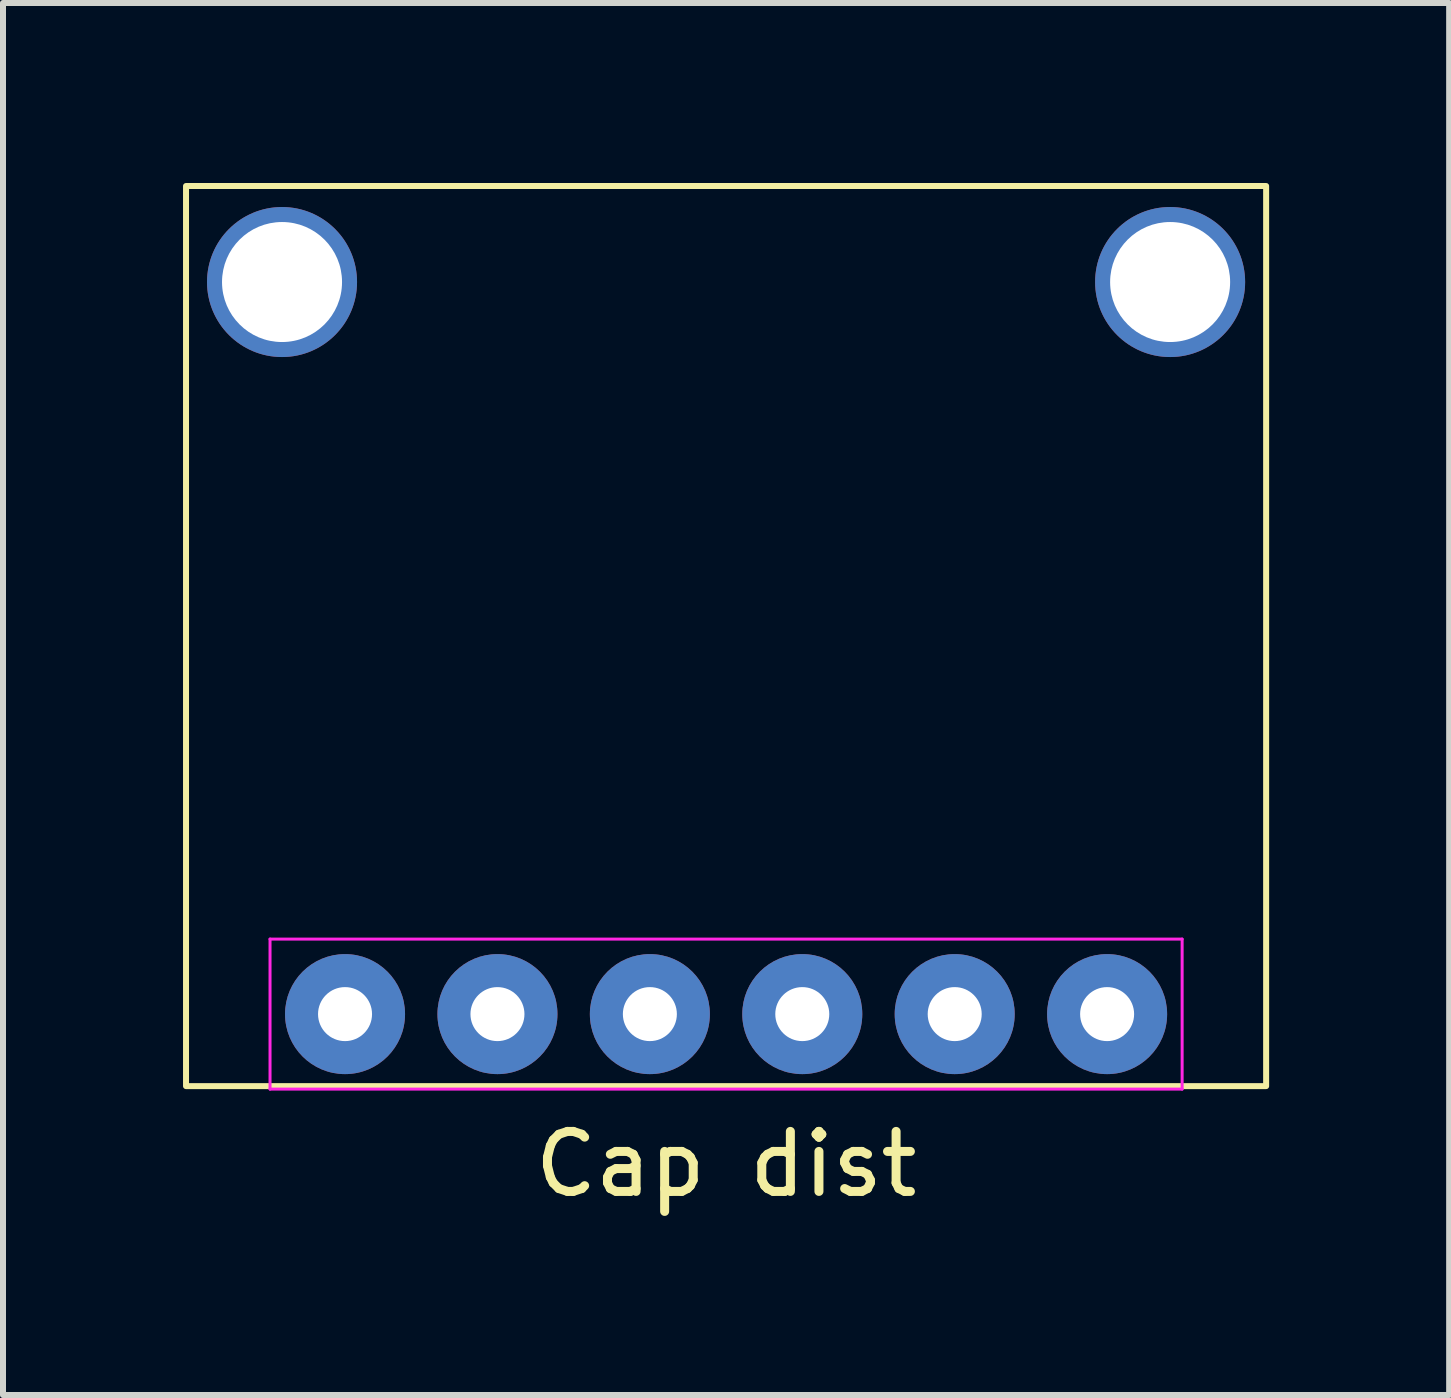
<source format=kicad_pcb>
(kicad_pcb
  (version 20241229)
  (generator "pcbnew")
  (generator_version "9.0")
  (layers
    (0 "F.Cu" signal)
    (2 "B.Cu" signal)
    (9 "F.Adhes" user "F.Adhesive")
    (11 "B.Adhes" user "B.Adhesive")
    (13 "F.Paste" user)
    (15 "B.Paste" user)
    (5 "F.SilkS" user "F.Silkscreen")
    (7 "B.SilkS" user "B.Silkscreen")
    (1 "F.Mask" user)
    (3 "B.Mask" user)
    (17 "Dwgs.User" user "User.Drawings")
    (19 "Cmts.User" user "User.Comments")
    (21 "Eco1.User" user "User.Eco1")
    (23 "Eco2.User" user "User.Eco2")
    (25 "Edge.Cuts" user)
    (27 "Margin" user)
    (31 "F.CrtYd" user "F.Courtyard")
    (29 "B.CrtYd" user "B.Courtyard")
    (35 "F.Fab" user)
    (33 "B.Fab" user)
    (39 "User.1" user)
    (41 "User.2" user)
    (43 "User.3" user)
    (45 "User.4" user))
  (footprint "Cap dist"
    (layer "F.Cu")
    (at 9.05 13.85)
    (property "Reference" "Cap dist" (at 0 2.5 0) (layer "F.SilkS") (effects (font (size 1 1) (thickness 0.15))))
    (attr through_hole)
    (fp_rect (start -9 1.2) (end 9 -13.8) (stroke (width 0.1) (type default)) (fill no) (layer "F.SilkS"))
    (fp_line (start -7.6 -1.25) (end 7.6 -1.25) (stroke (width 0.05) (type default)) (layer "F.CrtYd"))
    (fp_line (start -7.6 1.25) (end -7.6 -1.25) (stroke (width 0.05) (type default)) (layer "F.CrtYd"))
    (fp_line (start 7.6 -1.25) (end 7.6 1.25) (stroke (width 0.05) (type default)) (layer "F.CrtYd"))
    (fp_line (start 7.6 1.25) (end -7.6 1.25) (stroke (width 0.05) (type default)) (layer "F.CrtYd"))
    (pad "" np_thru_hole circle (at -7.4 -12.2) (size 2.5 2.5) (drill 2) (layers "*.Cu" "*.Mask"))
    (pad "" np_thru_hole circle (at 7.4 -12.2) (size 2.5 2.5) (drill 2) (layers "*.Cu" "*.Mask"))
    (pad "1" thru_hole circle (at -6.35 0) (size 2 2) (drill 0.9) (layers "*.Cu" "*.Mask"))
    (pad "2" thru_hole circle (at -3.81 0) (size 2 2) (drill 0.9) (layers "*.Cu" "*.Mask"))
    (pad "3" thru_hole circle (at -1.27 0) (size 2 2) (drill 0.9) (layers "*.Cu" "*.Mask"))
    (pad "4" thru_hole circle (at 1.27 0) (size 2 2) (drill 0.9) (layers "*.Cu" "*.Mask"))
    (pad "5" thru_hole circle (at 3.81 0) (size 2 2) (drill 0.9) (layers "*.Cu" "*.Mask"))
    (pad "6" thru_hole circle (at 6.35 0) (size 2 2) (drill 0.9) (layers "*.Cu" "*.Mask")))
  (gr_rect
    (start -3 -3)
    (end 21.1 20.198)
    (stroke (width 0.1) (type default))
    (fill no)
    (layer "Edge.Cuts")))
</source>
